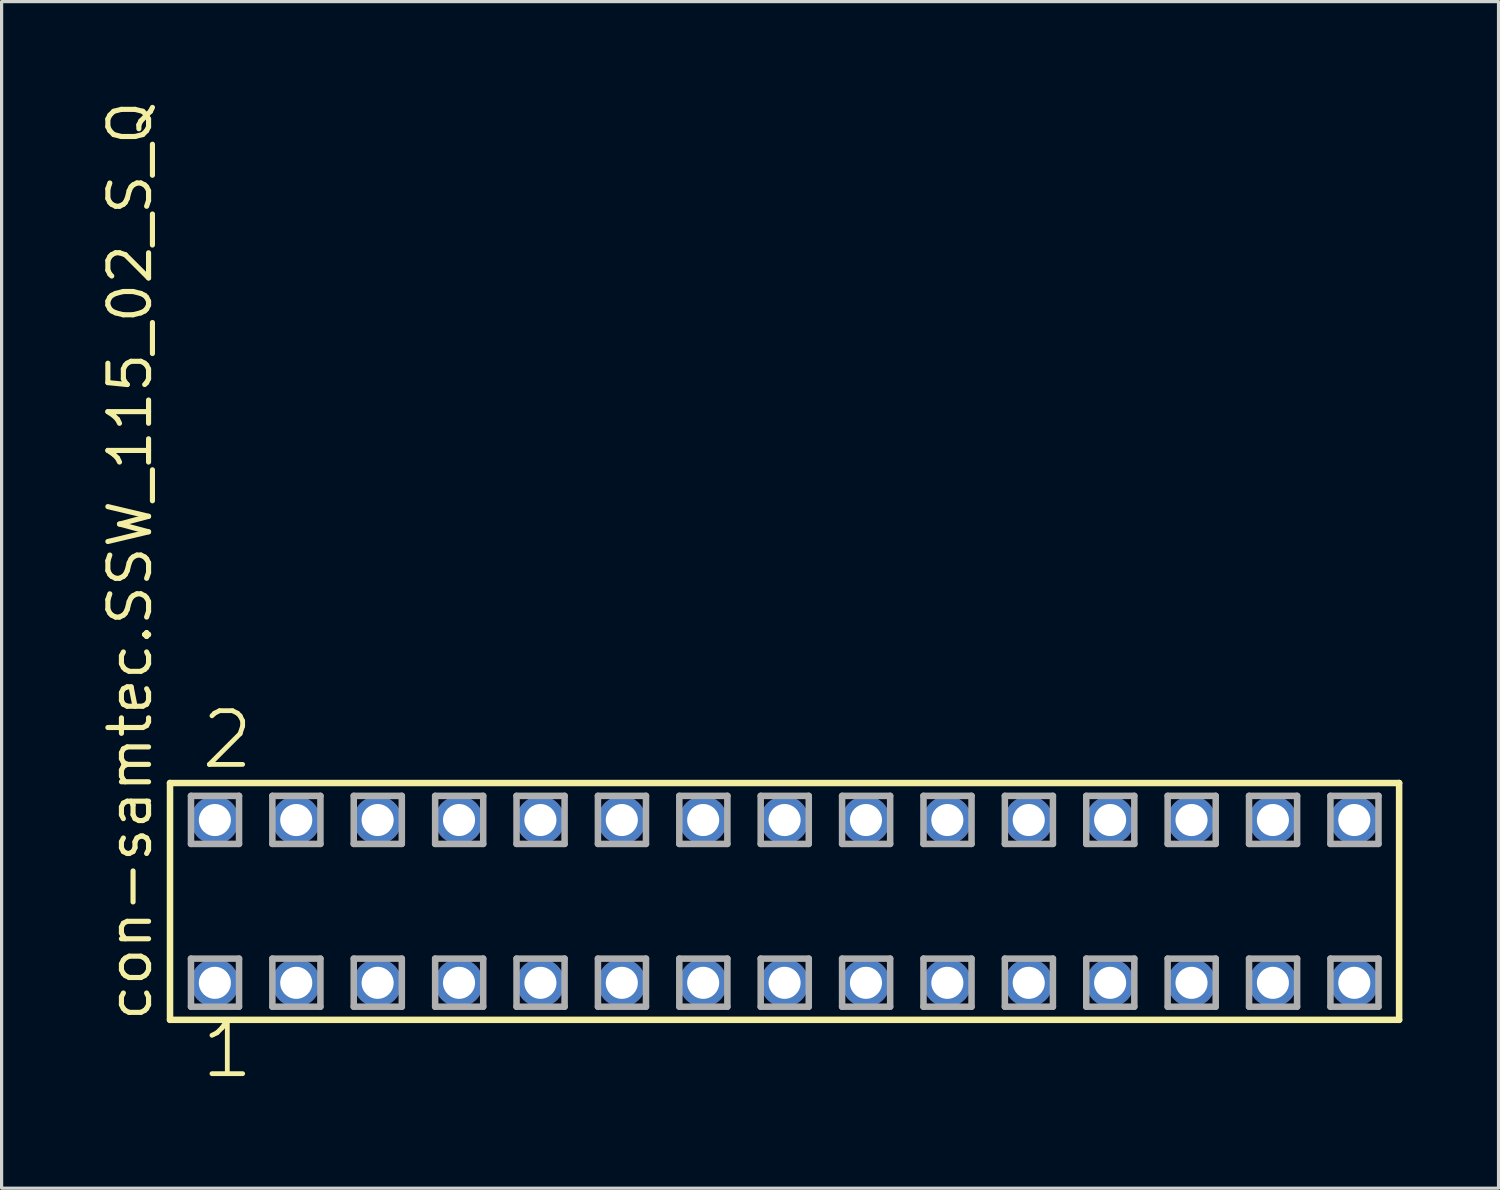
<source format=kicad_pcb>
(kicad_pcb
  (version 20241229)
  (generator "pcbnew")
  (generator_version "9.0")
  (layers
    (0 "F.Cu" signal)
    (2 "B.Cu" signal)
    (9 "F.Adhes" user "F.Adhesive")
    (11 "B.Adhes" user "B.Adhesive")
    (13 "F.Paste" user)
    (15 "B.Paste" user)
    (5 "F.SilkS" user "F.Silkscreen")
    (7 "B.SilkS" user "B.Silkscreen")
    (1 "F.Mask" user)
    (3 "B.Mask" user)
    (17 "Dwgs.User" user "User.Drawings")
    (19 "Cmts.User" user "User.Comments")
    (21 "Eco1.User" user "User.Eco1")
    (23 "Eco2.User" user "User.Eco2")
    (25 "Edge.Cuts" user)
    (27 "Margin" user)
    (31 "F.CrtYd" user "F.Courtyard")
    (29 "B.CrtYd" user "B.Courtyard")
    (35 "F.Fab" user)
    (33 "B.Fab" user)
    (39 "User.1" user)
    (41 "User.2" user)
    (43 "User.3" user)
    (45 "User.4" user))
  (footprint "con-samtec.SSW_115_02_S_Q"
    (layer "F.Cu")
    (at 21.435 25.082)
    (property "Reference" "con-samtec.SSW_115_02_S_Q" (at -19.685 3.81 90) (layer "F.SilkS") (effects (font (size 1.27 1.27) (thickness 0.16)) (justify left bottom)))
    (attr through_hole)
    (fp_line (start -19.179 -3.695) (end 19.179 -3.695) (stroke (width 0.203) (type default)) (layer "F.SilkS"))
    (fp_line (start -19.179 3.695) (end -19.179 -3.695) (stroke (width 0.203) (type default)) (layer "F.SilkS"))
    (fp_line (start 19.179 -3.695) (end 19.179 3.695) (stroke (width 0.203) (type default)) (layer "F.SilkS"))
    (fp_line (start 19.179 3.695) (end -19.179 3.695) (stroke (width 0.203) (type default)) (layer "F.SilkS"))
    (fp_line (start -18.525 -3.295) (end -17.025 -3.295) (stroke (width 0.203) (type default)) (layer "F.Fab"))
    (fp_line (start -18.525 -1.795) (end -18.525 -3.295) (stroke (width 0.203) (type default)) (layer "F.Fab"))
    (fp_line (start -18.525 1.785) (end -17.025 1.785) (stroke (width 0.203) (type default)) (layer "F.Fab"))
    (fp_line (start -18.525 3.285) (end -18.525 1.785) (stroke (width 0.203) (type default)) (layer "F.Fab"))
    (fp_line (start -17.025 -3.295) (end -17.025 -1.795) (stroke (width 0.203) (type default)) (layer "F.Fab"))
    (fp_line (start -17.025 -1.795) (end -18.525 -1.795) (stroke (width 0.203) (type default)) (layer "F.Fab"))
    (fp_line (start -17.025 1.785) (end -17.025 3.285) (stroke (width 0.203) (type default)) (layer "F.Fab"))
    (fp_line (start -17.025 3.285) (end -18.525 3.285) (stroke (width 0.203) (type default)) (layer "F.Fab"))
    (fp_line (start -15.985 -3.295) (end -14.485 -3.295) (stroke (width 0.203) (type default)) (layer "F.Fab"))
    (fp_line (start -15.985 -1.795) (end -15.985 -3.295) (stroke (width 0.203) (type default)) (layer "F.Fab"))
    (fp_line (start -15.985 1.785) (end -14.485 1.785) (stroke (width 0.203) (type default)) (layer "F.Fab"))
    (fp_line (start -15.985 3.285) (end -15.985 1.785) (stroke (width 0.203) (type default)) (layer "F.Fab"))
    (fp_line (start -14.485 -3.295) (end -14.485 -1.795) (stroke (width 0.203) (type default)) (layer "F.Fab"))
    (fp_line (start -14.485 -1.795) (end -15.985 -1.795) (stroke (width 0.203) (type default)) (layer "F.Fab"))
    (fp_line (start -14.485 1.785) (end -14.485 3.285) (stroke (width 0.203) (type default)) (layer "F.Fab"))
    (fp_line (start -14.485 3.285) (end -15.985 3.285) (stroke (width 0.203) (type default)) (layer "F.Fab"))
    (fp_line (start -13.445 -3.295) (end -11.945 -3.295) (stroke (width 0.203) (type default)) (layer "F.Fab"))
    (fp_line (start -13.445 -1.795) (end -13.445 -3.295) (stroke (width 0.203) (type default)) (layer "F.Fab"))
    (fp_line (start -13.445 1.785) (end -11.945 1.785) (stroke (width 0.203) (type default)) (layer "F.Fab"))
    (fp_line (start -13.445 3.285) (end -13.445 1.785) (stroke (width 0.203) (type default)) (layer "F.Fab"))
    (fp_line (start -11.945 -3.295) (end -11.945 -1.795) (stroke (width 0.203) (type default)) (layer "F.Fab"))
    (fp_line (start -11.945 -1.795) (end -13.445 -1.795) (stroke (width 0.203) (type default)) (layer "F.Fab"))
    (fp_line (start -11.945 1.785) (end -11.945 3.285) (stroke (width 0.203) (type default)) (layer "F.Fab"))
    (fp_line (start -11.945 3.285) (end -13.445 3.285) (stroke (width 0.203) (type default)) (layer "F.Fab"))
    (fp_line (start -10.905 -3.295) (end -9.405 -3.295) (stroke (width 0.203) (type default)) (layer "F.Fab"))
    (fp_line (start -10.905 -1.795) (end -10.905 -3.295) (stroke (width 0.203) (type default)) (layer "F.Fab"))
    (fp_line (start -10.905 1.785) (end -9.405 1.785) (stroke (width 0.203) (type default)) (layer "F.Fab"))
    (fp_line (start -10.905 3.285) (end -10.905 1.785) (stroke (width 0.203) (type default)) (layer "F.Fab"))
    (fp_line (start -9.405 -3.295) (end -9.405 -1.795) (stroke (width 0.203) (type default)) (layer "F.Fab"))
    (fp_line (start -9.405 -1.795) (end -10.905 -1.795) (stroke (width 0.203) (type default)) (layer "F.Fab"))
    (fp_line (start -9.405 1.785) (end -9.405 3.285) (stroke (width 0.203) (type default)) (layer "F.Fab"))
    (fp_line (start -9.405 3.285) (end -10.905 3.285) (stroke (width 0.203) (type default)) (layer "F.Fab"))
    (fp_line (start -8.365 -3.295) (end -6.865 -3.295) (stroke (width 0.203) (type default)) (layer "F.Fab"))
    (fp_line (start -8.365 -1.795) (end -8.365 -3.295) (stroke (width 0.203) (type default)) (layer "F.Fab"))
    (fp_line (start -8.365 1.785) (end -6.865 1.785) (stroke (width 0.203) (type default)) (layer "F.Fab"))
    (fp_line (start -8.365 3.285) (end -8.365 1.785) (stroke (width 0.203) (type default)) (layer "F.Fab"))
    (fp_line (start -6.865 -3.295) (end -6.865 -1.795) (stroke (width 0.203) (type default)) (layer "F.Fab"))
    (fp_line (start -6.865 -1.795) (end -8.365 -1.795) (stroke (width 0.203) (type default)) (layer "F.Fab"))
    (fp_line (start -6.865 1.785) (end -6.865 3.285) (stroke (width 0.203) (type default)) (layer "F.Fab"))
    (fp_line (start -6.865 3.285) (end -8.365 3.285) (stroke (width 0.203) (type default)) (layer "F.Fab"))
    (fp_line (start -5.825 -3.295) (end -4.325 -3.295) (stroke (width 0.203) (type default)) (layer "F.Fab"))
    (fp_line (start -5.825 -1.795) (end -5.825 -3.295) (stroke (width 0.203) (type default)) (layer "F.Fab"))
    (fp_line (start -5.825 1.785) (end -4.325 1.785) (stroke (width 0.203) (type default)) (layer "F.Fab"))
    (fp_line (start -5.825 3.285) (end -5.825 1.785) (stroke (width 0.203) (type default)) (layer "F.Fab"))
    (fp_line (start -4.325 -3.295) (end -4.325 -1.795) (stroke (width 0.203) (type default)) (layer "F.Fab"))
    (fp_line (start -4.325 -1.795) (end -5.825 -1.795) (stroke (width 0.203) (type default)) (layer "F.Fab"))
    (fp_line (start -4.325 1.785) (end -4.325 3.285) (stroke (width 0.203) (type default)) (layer "F.Fab"))
    (fp_line (start -4.325 3.285) (end -5.825 3.285) (stroke (width 0.203) (type default)) (layer "F.Fab"))
    (fp_line (start -3.285 -3.295) (end -1.785 -3.295) (stroke (width 0.203) (type default)) (layer "F.Fab"))
    (fp_line (start -3.285 -1.795) (end -3.285 -3.295) (stroke (width 0.203) (type default)) (layer "F.Fab"))
    (fp_line (start -3.285 1.785) (end -1.785 1.785) (stroke (width 0.203) (type default)) (layer "F.Fab"))
    (fp_line (start -3.285 3.285) (end -3.285 1.785) (stroke (width 0.203) (type default)) (layer "F.Fab"))
    (fp_line (start -1.785 -3.295) (end -1.785 -1.795) (stroke (width 0.203) (type default)) (layer "F.Fab"))
    (fp_line (start -1.785 -1.795) (end -3.285 -1.795) (stroke (width 0.203) (type default)) (layer "F.Fab"))
    (fp_line (start -1.785 1.785) (end -1.785 3.285) (stroke (width 0.203) (type default)) (layer "F.Fab"))
    (fp_line (start -1.785 3.285) (end -3.285 3.285) (stroke (width 0.203) (type default)) (layer "F.Fab"))
    (fp_line (start -0.745 -3.295) (end 0.755 -3.295) (stroke (width 0.203) (type default)) (layer "F.Fab"))
    (fp_line (start -0.745 -1.795) (end -0.745 -3.295) (stroke (width 0.203) (type default)) (layer "F.Fab"))
    (fp_line (start -0.745 1.785) (end 0.755 1.785) (stroke (width 0.203) (type default)) (layer "F.Fab"))
    (fp_line (start -0.745 3.285) (end -0.745 1.785) (stroke (width 0.203) (type default)) (layer "F.Fab"))
    (fp_line (start 0.755 -3.295) (end 0.755 -1.795) (stroke (width 0.203) (type default)) (layer "F.Fab"))
    (fp_line (start 0.755 -1.795) (end -0.745 -1.795) (stroke (width 0.203) (type default)) (layer "F.Fab"))
    (fp_line (start 0.755 1.785) (end 0.755 3.285) (stroke (width 0.203) (type default)) (layer "F.Fab"))
    (fp_line (start 0.755 3.285) (end -0.745 3.285) (stroke (width 0.203) (type default)) (layer "F.Fab"))
    (fp_line (start 1.795 -3.295) (end 3.295 -3.295) (stroke (width 0.203) (type default)) (layer "F.Fab"))
    (fp_line (start 1.795 -1.795) (end 1.795 -3.295) (stroke (width 0.203) (type default)) (layer "F.Fab"))
    (fp_line (start 1.795 1.785) (end 3.295 1.785) (stroke (width 0.203) (type default)) (layer "F.Fab"))
    (fp_line (start 1.795 3.285) (end 1.795 1.785) (stroke (width 0.203) (type default)) (layer "F.Fab"))
    (fp_line (start 3.295 -3.295) (end 3.295 -1.795) (stroke (width 0.203) (type default)) (layer "F.Fab"))
    (fp_line (start 3.295 -1.795) (end 1.795 -1.795) (stroke (width 0.203) (type default)) (layer "F.Fab"))
    (fp_line (start 3.295 1.785) (end 3.295 3.285) (stroke (width 0.203) (type default)) (layer "F.Fab"))
    (fp_line (start 3.295 3.285) (end 1.795 3.285) (stroke (width 0.203) (type default)) (layer "F.Fab"))
    (fp_line (start 4.335 -3.295) (end 5.835 -3.295) (stroke (width 0.203) (type default)) (layer "F.Fab"))
    (fp_line (start 4.335 -1.795) (end 4.335 -3.295) (stroke (width 0.203) (type default)) (layer "F.Fab"))
    (fp_line (start 4.335 1.785) (end 5.835 1.785) (stroke (width 0.203) (type default)) (layer "F.Fab"))
    (fp_line (start 4.335 3.285) (end 4.335 1.785) (stroke (width 0.203) (type default)) (layer "F.Fab"))
    (fp_line (start 5.835 -3.295) (end 5.835 -1.795) (stroke (width 0.203) (type default)) (layer "F.Fab"))
    (fp_line (start 5.835 -1.795) (end 4.335 -1.795) (stroke (width 0.203) (type default)) (layer "F.Fab"))
    (fp_line (start 5.835 1.785) (end 5.835 3.285) (stroke (width 0.203) (type default)) (layer "F.Fab"))
    (fp_line (start 5.835 3.285) (end 4.335 3.285) (stroke (width 0.203) (type default)) (layer "F.Fab"))
    (fp_line (start 6.875 -3.295) (end 8.375 -3.295) (stroke (width 0.203) (type default)) (layer "F.Fab"))
    (fp_line (start 6.875 -1.795) (end 6.875 -3.295) (stroke (width 0.203) (type default)) (layer "F.Fab"))
    (fp_line (start 6.875 1.785) (end 8.375 1.785) (stroke (width 0.203) (type default)) (layer "F.Fab"))
    (fp_line (start 6.875 3.285) (end 6.875 1.785) (stroke (width 0.203) (type default)) (layer "F.Fab"))
    (fp_line (start 8.375 -3.295) (end 8.375 -1.795) (stroke (width 0.203) (type default)) (layer "F.Fab"))
    (fp_line (start 8.375 -1.795) (end 6.875 -1.795) (stroke (width 0.203) (type default)) (layer "F.Fab"))
    (fp_line (start 8.375 1.785) (end 8.375 3.285) (stroke (width 0.203) (type default)) (layer "F.Fab"))
    (fp_line (start 8.375 3.285) (end 6.875 3.285) (stroke (width 0.203) (type default)) (layer "F.Fab"))
    (fp_line (start 9.415 -3.295) (end 10.915 -3.295) (stroke (width 0.203) (type default)) (layer "F.Fab"))
    (fp_line (start 9.415 -1.795) (end 9.415 -3.295) (stroke (width 0.203) (type default)) (layer "F.Fab"))
    (fp_line (start 9.415 1.785) (end 10.915 1.785) (stroke (width 0.203) (type default)) (layer "F.Fab"))
    (fp_line (start 9.415 3.285) (end 9.415 1.785) (stroke (width 0.203) (type default)) (layer "F.Fab"))
    (fp_line (start 10.915 -3.295) (end 10.915 -1.795) (stroke (width 0.203) (type default)) (layer "F.Fab"))
    (fp_line (start 10.915 -1.795) (end 9.415 -1.795) (stroke (width 0.203) (type default)) (layer "F.Fab"))
    (fp_line (start 10.915 1.785) (end 10.915 3.285) (stroke (width 0.203) (type default)) (layer "F.Fab"))
    (fp_line (start 10.915 3.285) (end 9.415 3.285) (stroke (width 0.203) (type default)) (layer "F.Fab"))
    (fp_line (start 11.955 -3.295) (end 13.455 -3.295) (stroke (width 0.203) (type default)) (layer "F.Fab"))
    (fp_line (start 11.955 -1.795) (end 11.955 -3.295) (stroke (width 0.203) (type default)) (layer "F.Fab"))
    (fp_line (start 11.955 1.785) (end 13.455 1.785) (stroke (width 0.203) (type default)) (layer "F.Fab"))
    (fp_line (start 11.955 3.285) (end 11.955 1.785) (stroke (width 0.203) (type default)) (layer "F.Fab"))
    (fp_line (start 13.455 -3.295) (end 13.455 -1.795) (stroke (width 0.203) (type default)) (layer "F.Fab"))
    (fp_line (start 13.455 -1.795) (end 11.955 -1.795) (stroke (width 0.203) (type default)) (layer "F.Fab"))
    (fp_line (start 13.455 1.785) (end 13.455 3.285) (stroke (width 0.203) (type default)) (layer "F.Fab"))
    (fp_line (start 13.455 3.285) (end 11.955 3.285) (stroke (width 0.203) (type default)) (layer "F.Fab"))
    (fp_line (start 14.495 -3.295) (end 15.995 -3.295) (stroke (width 0.203) (type default)) (layer "F.Fab"))
    (fp_line (start 14.495 -1.795) (end 14.495 -3.295) (stroke (width 0.203) (type default)) (layer "F.Fab"))
    (fp_line (start 14.495 1.785) (end 15.995 1.785) (stroke (width 0.203) (type default)) (layer "F.Fab"))
    (fp_line (start 14.495 3.285) (end 14.495 1.785) (stroke (width 0.203) (type default)) (layer "F.Fab"))
    (fp_line (start 15.995 -3.295) (end 15.995 -1.795) (stroke (width 0.203) (type default)) (layer "F.Fab"))
    (fp_line (start 15.995 -1.795) (end 14.495 -1.795) (stroke (width 0.203) (type default)) (layer "F.Fab"))
    (fp_line (start 15.995 1.785) (end 15.995 3.285) (stroke (width 0.203) (type default)) (layer "F.Fab"))
    (fp_line (start 15.995 3.285) (end 14.495 3.285) (stroke (width 0.203) (type default)) (layer "F.Fab"))
    (fp_line (start 17.035 -3.295) (end 18.535 -3.295) (stroke (width 0.203) (type default)) (layer "F.Fab"))
    (fp_line (start 17.035 -1.795) (end 17.035 -3.295) (stroke (width 0.203) (type default)) (layer "F.Fab"))
    (fp_line (start 17.035 1.785) (end 18.535 1.785) (stroke (width 0.203) (type default)) (layer "F.Fab"))
    (fp_line (start 17.035 3.285) (end 17.035 1.785) (stroke (width 0.203) (type default)) (layer "F.Fab"))
    (fp_line (start 18.535 -3.295) (end 18.535 -1.795) (stroke (width 0.203) (type default)) (layer "F.Fab"))
    (fp_line (start 18.535 -1.795) (end 17.035 -1.795) (stroke (width 0.203) (type default)) (layer "F.Fab"))
    (fp_line (start 18.535 1.785) (end 18.535 3.285) (stroke (width 0.203) (type default)) (layer "F.Fab"))
    (fp_line (start 18.535 3.285) (end 17.035 3.285) (stroke (width 0.203) (type default)) (layer "F.Fab"))
    (fp_text user "1" (at -18.288 5.588 0) (layer "F.SilkS") (effects (font (size 1.676 1.676) (thickness 0.15)) (justify left bottom)))
    (fp_text user "2" (at -18.288 -4.064 0) (layer "F.SilkS") (effects (font (size 1.676 1.676) (thickness 0.15)) (justify left bottom)))
    (pad "1" thru_hole circle (at -17.78 2.54) (size 1.5 1.5) (drill 1) (layers "*.Cu" "*.Mask"))
    (pad "2" thru_hole circle (at -17.78 -2.54) (size 1.5 1.5) (drill 1) (layers "*.Cu" "*.Mask"))
    (pad "3" thru_hole circle (at -15.24 2.54) (size 1.5 1.5) (drill 1) (layers "*.Cu" "*.Mask"))
    (pad "4" thru_hole circle (at -15.24 -2.54) (size 1.5 1.5) (drill 1) (layers "*.Cu" "*.Mask"))
    (pad "5" thru_hole circle (at -12.7 2.54) (size 1.5 1.5) (drill 1) (layers "*.Cu" "*.Mask"))
    (pad "6" thru_hole circle (at -12.7 -2.54) (size 1.5 1.5) (drill 1) (layers "*.Cu" "*.Mask"))
    (pad "7" thru_hole circle (at -10.16 2.54) (size 1.5 1.5) (drill 1) (layers "*.Cu" "*.Mask"))
    (pad "8" thru_hole circle (at -10.16 -2.54) (size 1.5 1.5) (drill 1) (layers "*.Cu" "*.Mask"))
    (pad "9" thru_hole circle (at -7.62 2.54) (size 1.5 1.5) (drill 1) (layers "*.Cu" "*.Mask"))
    (pad "10" thru_hole circle (at -7.62 -2.54) (size 1.5 1.5) (drill 1) (layers "*.Cu" "*.Mask"))
    (pad "11" thru_hole circle (at -5.08 2.54) (size 1.5 1.5) (drill 1) (layers "*.Cu" "*.Mask"))
    (pad "12" thru_hole circle (at -5.08 -2.54) (size 1.5 1.5) (drill 1) (layers "*.Cu" "*.Mask"))
    (pad "13" thru_hole circle (at -2.54 2.54) (size 1.5 1.5) (drill 1) (layers "*.Cu" "*.Mask"))
    (pad "14" thru_hole circle (at -2.54 -2.54) (size 1.5 1.5) (drill 1) (layers "*.Cu" "*.Mask"))
    (pad "15" thru_hole circle (at 0 2.54) (size 1.5 1.5) (drill 1) (layers "*.Cu" "*.Mask"))
    (pad "16" thru_hole circle (at 0 -2.54) (size 1.5 1.5) (drill 1) (layers "*.Cu" "*.Mask"))
    (pad "17" thru_hole circle (at 2.54 2.54) (size 1.5 1.5) (drill 1) (layers "*.Cu" "*.Mask"))
    (pad "18" thru_hole circle (at 2.54 -2.54) (size 1.5 1.5) (drill 1) (layers "*.Cu" "*.Mask"))
    (pad "19" thru_hole circle (at 5.08 2.54) (size 1.5 1.5) (drill 1) (layers "*.Cu" "*.Mask"))
    (pad "20" thru_hole circle (at 5.08 -2.54) (size 1.5 1.5) (drill 1) (layers "*.Cu" "*.Mask"))
    (pad "21" thru_hole circle (at 7.62 2.54) (size 1.5 1.5) (drill 1) (layers "*.Cu" "*.Mask"))
    (pad "22" thru_hole circle (at 7.62 -2.54) (size 1.5 1.5) (drill 1) (layers "*.Cu" "*.Mask"))
    (pad "23" thru_hole circle (at 10.16 2.54) (size 1.5 1.5) (drill 1) (layers "*.Cu" "*.Mask"))
    (pad "24" thru_hole circle (at 10.16 -2.54) (size 1.5 1.5) (drill 1) (layers "*.Cu" "*.Mask"))
    (pad "25" thru_hole circle (at 12.7 2.54) (size 1.5 1.5) (drill 1) (layers "*.Cu" "*.Mask"))
    (pad "26" thru_hole circle (at 12.7 -2.54) (size 1.5 1.5) (drill 1) (layers "*.Cu" "*.Mask"))
    (pad "27" thru_hole circle (at 15.24 2.54) (size 1.5 1.5) (drill 1) (layers "*.Cu" "*.Mask"))
    (pad "28" thru_hole circle (at 15.24 -2.54) (size 1.5 1.5) (drill 1) (layers "*.Cu" "*.Mask"))
    (pad "29" thru_hole circle (at 17.78 2.54) (size 1.5 1.5) (drill 1) (layers "*.Cu" "*.Mask"))
    (pad "30" thru_hole circle (at 17.78 -2.54) (size 1.5 1.5) (drill 1) (layers "*.Cu" "*.Mask")))
  (gr_rect
    (start -3 -3)
    (end 43.716 34.031)
    (stroke (width 0.1) (type default))
    (fill no)
    (layer "Edge.Cuts")))
</source>
